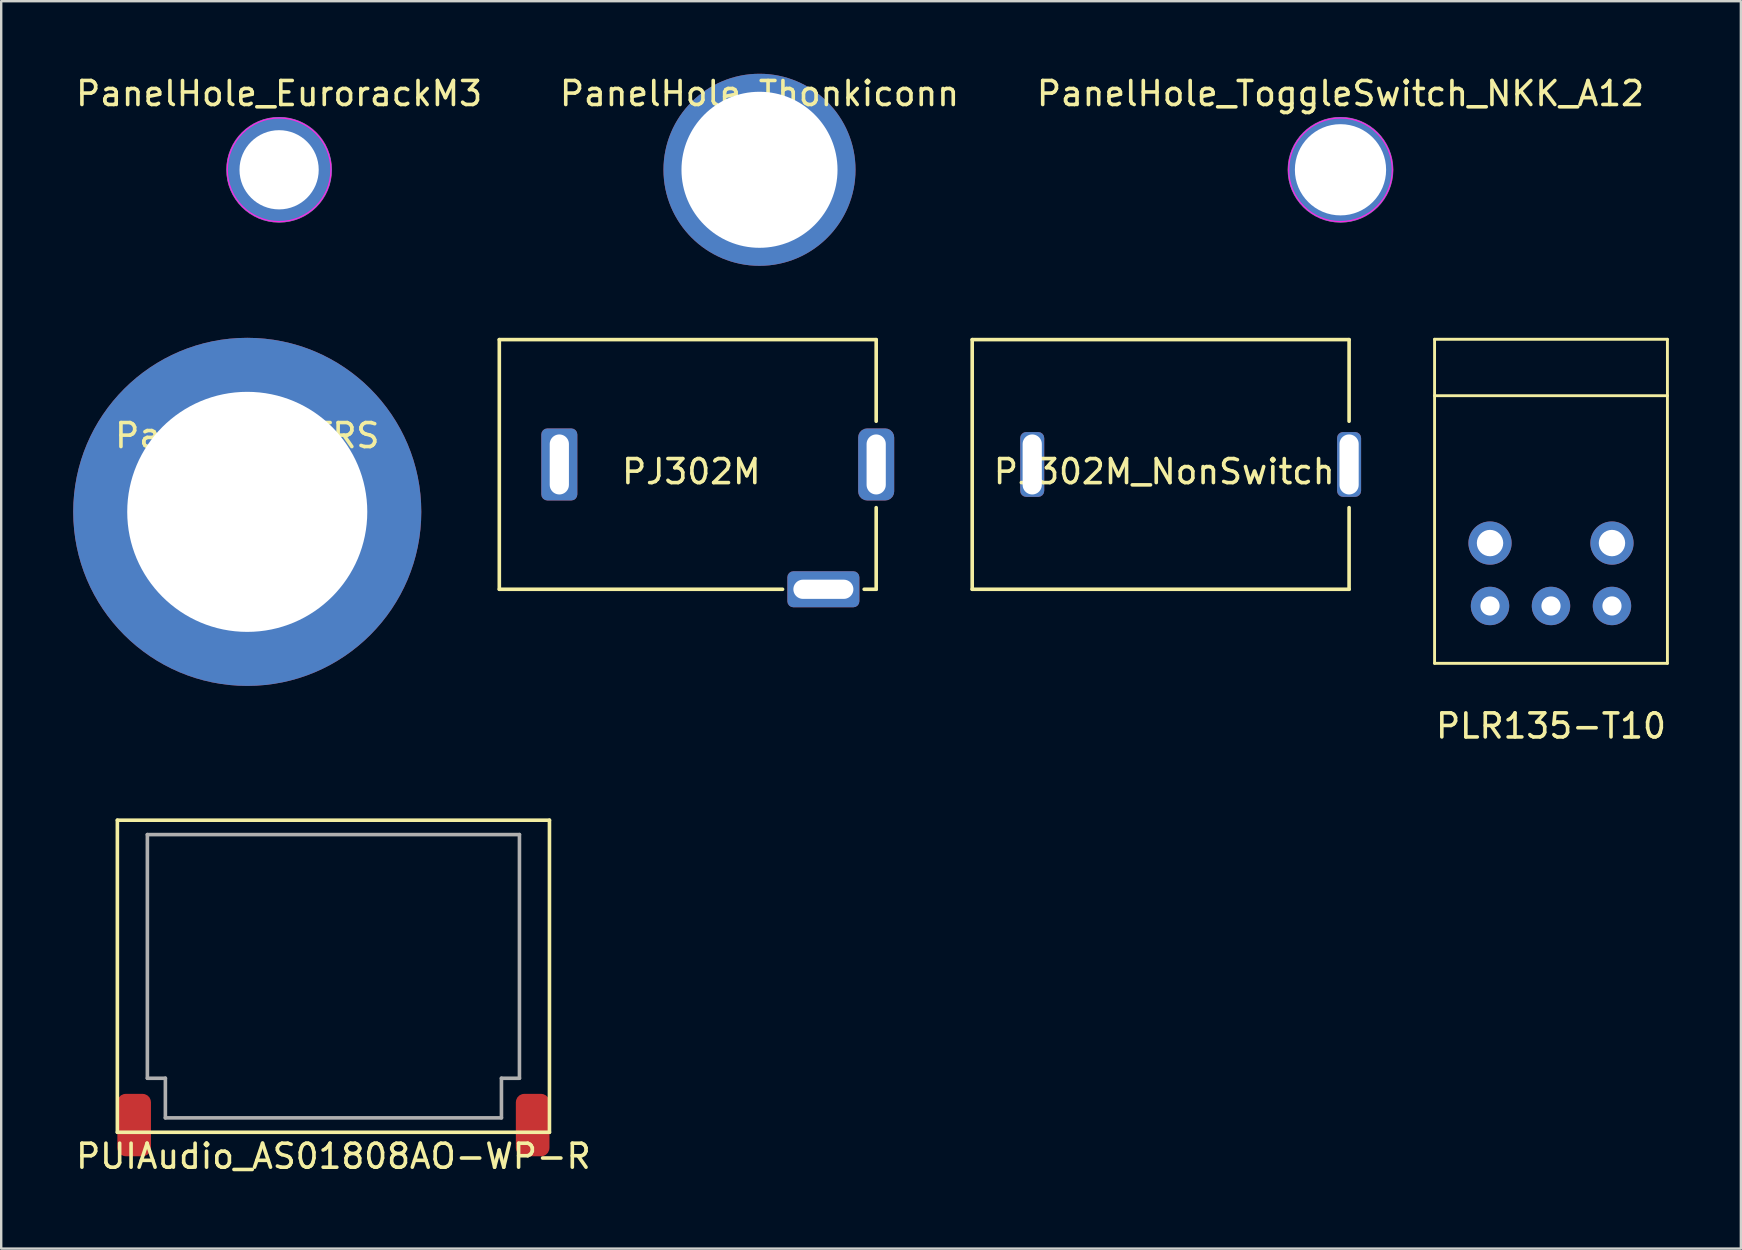
<source format=kicad_pcb>
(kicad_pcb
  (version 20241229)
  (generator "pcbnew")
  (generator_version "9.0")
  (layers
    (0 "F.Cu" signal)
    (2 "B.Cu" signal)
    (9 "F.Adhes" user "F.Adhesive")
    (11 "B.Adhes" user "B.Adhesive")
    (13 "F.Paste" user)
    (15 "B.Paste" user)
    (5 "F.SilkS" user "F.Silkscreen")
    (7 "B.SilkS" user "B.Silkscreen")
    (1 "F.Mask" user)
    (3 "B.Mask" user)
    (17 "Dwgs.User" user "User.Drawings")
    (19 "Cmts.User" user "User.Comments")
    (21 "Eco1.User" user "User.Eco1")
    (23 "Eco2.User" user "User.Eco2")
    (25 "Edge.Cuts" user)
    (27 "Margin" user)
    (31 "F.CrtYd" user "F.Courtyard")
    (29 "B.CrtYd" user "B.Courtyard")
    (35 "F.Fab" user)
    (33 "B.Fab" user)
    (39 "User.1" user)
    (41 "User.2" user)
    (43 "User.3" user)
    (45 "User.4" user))
  (footprint "PanelHole_ToggleSwitch_NKK_A12"
    (layer "F.Cu")
    (at 52.792 4.023)
    (property "Reference" "PanelHole_ToggleSwitch_NKK_A12" (at 0 -3.175 0) (layer "F.SilkS") (effects (font (size 1 1) (thickness 0.15))))
    (attr through_hole)
    (fp_circle (center 0 0) (end 2.159 0) (stroke (width 0.05) (type solid)) (fill no) (layer "F.CrtYd"))
    (pad "1" thru_hole circle (at 0 0) (size 4.4 4.4) (drill 3.8) (layers "*.Cu" "*.Mask")))
  (footprint "PJ302M_NonSwitch"
    (layer "F.Cu")
    (at 37.45 16.298)
    (property "Reference" "PJ302M_NonSwitch" (at 8 0.3 0) (layer "F.SilkS") (effects (font (size 1 1) (thickness 0.15))))
    (attr through_hole)
    (fp_line (start 0 -5.2) (end 0 5.2) (stroke (width 0.15) (type solid)) (layer "F.SilkS"))
    (fp_line (start 0 5.2) (end 15.7 5.2) (stroke (width 0.15) (type solid)) (layer "F.SilkS"))
    (fp_line (start 15.7 -5.2) (end 0 -5.2) (stroke (width 0.15) (type solid)) (layer "F.SilkS"))
    (fp_line (start 15.7 -1.8) (end 15.7 -5.2) (stroke (width 0.15) (type solid)) (layer "F.SilkS"))
    (fp_line (start 15.7 5.2) (end 15.7 1.8) (stroke (width 0.15) (type solid)) (layer "F.SilkS"))
    (pad "1" thru_hole roundrect (at 2.5 0) (size 1 2.7) (drill oval 0.8 2.5) (layers "*.Cu" "*.Mask") (roundrect_rratio 0.25))
    (pad "3" thru_hole roundrect (at 15.7 0) (size 1 2.7) (drill oval 0.8 2.5) (layers "*.Cu" "*.Mask") (roundrect_rratio 0.25)))
  (footprint "PJ302M"
    (layer "F.Cu")
    (at 17.75 16.298)
    (property "Reference" "PJ302M" (at 8 0.3 0) (layer "F.SilkS") (effects (font (size 1 1) (thickness 0.15))))
    (attr through_hole)
    (fp_line (start 0 -5.2) (end 0 5.2) (stroke (width 0.15) (type solid)) (layer "F.SilkS"))
    (fp_line (start 0 5.2) (end 11.8 5.2) (stroke (width 0.15) (type solid)) (layer "F.SilkS"))
    (fp_line (start 15.2 5.2) (end 15.7 5.2) (stroke (width 0.15) (type solid)) (layer "F.SilkS"))
    (fp_line (start 15.7 -5.2) (end 0 -5.2) (stroke (width 0.15) (type solid)) (layer "F.SilkS"))
    (fp_line (start 15.7 -1.8) (end 15.7 -5.2) (stroke (width 0.15) (type solid)) (layer "F.SilkS"))
    (fp_line (start 15.7 5.2) (end 15.7 1.8) (stroke (width 0.15) (type solid)) (layer "F.SilkS"))
    (pad "1" thru_hole roundrect (at 2.5 0) (size 1.5 3) (drill oval 0.8 2.5) (layers "*.Cu" "*.Mask") (roundrect_rratio 0.167))
    (pad "2" thru_hole roundrect (at 13.5 5.2 90) (size 1.5 3) (drill oval 0.8 2.5) (layers "*.Cu" "*.Mask") (roundrect_rratio 0.167))
    (pad "3" thru_hole roundrect (at 15.7 0) (size 1.5 3) (drill oval 0.8 2.5) (layers "*.Cu" "*.Mask") (roundrect_rratio 0.25)))
  (footprint "PanelHole_TRS"
    (layer "F.Cu")
    (at 7.25 18.273)
    (property "Reference" "PanelHole_TRS" (at 0 -3.175 0) (layer "F.SilkS") (effects (font (size 1 1) (thickness 0.15))))
    (attr through_hole)
    (fp_circle (center 0 0) (end 2.159 0) (stroke (width 0.05) (type solid)) (fill no) (layer "F.CrtYd"))
    (pad "1" thru_hole circle (at 0 0) (size 14.5 14.5) (drill 10) (layers "*.Cu" "*.Mask")))
  (footprint "PLR135-T10"
    (layer "F.Cu")
    (at 61.561 22.193)
    (property "Reference" "PLR135-T10" (at 0 5 0) (layer "F.SilkS") (effects (font (size 1 1) (thickness 0.15))))
    (attr through_hole)
    (fp_line (start -4.85 -11.11) (end -4.85 2.39) (stroke (width 0.12) (type solid)) (layer "F.SilkS"))
    (fp_line (start -4.85 -11.11) (end 4.85 -11.11) (stroke (width 0.12) (type solid)) (layer "F.SilkS"))
    (fp_line (start -4.85 -8.76) (end 4.85 -8.76) (stroke (width 0.12) (type solid)) (layer "F.SilkS"))
    (fp_line (start -4.85 2.39) (end 4.85 2.39) (stroke (width 0.12) (type solid)) (layer "F.SilkS"))
    (fp_line (start 4.85 -11.11) (end 4.85 2.39) (stroke (width 0.12) (type solid)) (layer "F.SilkS"))
    (pad "" np_thru_hole circle (at -2.54 -2.62) (size 1.8 1.8) (drill 1.1) (layers "*.Cu" "*.Mask"))
    (pad "" np_thru_hole circle (at 2.54 -2.62) (size 1.8 1.8) (drill 1.1) (layers "*.Cu" "*.Mask"))
    (pad "1" thru_hole circle (at 2.54 0) (size 1.6 1.6) (drill 0.8) (layers "*.Cu" "*.Mask"))
    (pad "2" thru_hole circle (at 0 0) (size 1.6 1.6) (drill 0.8) (layers "*.Cu" "*.Mask"))
    (pad "3" thru_hole circle (at -2.54 0) (size 1.6 1.6) (drill 0.8) (layers "*.Cu" "*.Mask")))
  (footprint "PUIAudio_AS01808AO-WP-R"
    (layer "F.Cu")
    (at 10.839 37.617)
    (property "Reference" "PUIAudio_AS01808AO-WP-R" (at 0 7.5 0) (layer "F.SilkS") (effects (font (size 1 1) (thickness 0.15))))
    (attr through_hole)
    (fp_line (start -9 -6.5) (end -9 6.5) (stroke (width 0.15) (type solid)) (layer "F.SilkS"))
    (fp_line (start -9 6.5) (end 9 6.5) (stroke (width 0.15) (type solid)) (layer "F.SilkS"))
    (fp_line (start 9 -6.5) (end -9 -6.5) (stroke (width 0.15) (type solid)) (layer "F.SilkS"))
    (fp_line (start 9 6.5) (end 9 -6.5) (stroke (width 0.15) (type solid)) (layer "F.SilkS"))
    (fp_line (start -7.75 -5.9) (end -7.75 4.25) (stroke (width 0.15) (type solid)) (layer "F.Fab"))
    (fp_line (start -7.75 -5.9) (end 7.75 -5.9) (stroke (width 0.15) (type solid)) (layer "F.Fab"))
    (fp_line (start -7.75 4.25) (end -7 4.25) (stroke (width 0.15) (type solid)) (layer "F.Fab"))
    (fp_line (start -7 4.25) (end -7 5.9) (stroke (width 0.15) (type solid)) (layer "F.Fab"))
    (fp_line (start -7 5.9) (end 7 5.9) (stroke (width 0.15) (type solid)) (layer "F.Fab"))
    (fp_line (start 7 4.25) (end 7.75 4.25) (stroke (width 0.15) (type solid)) (layer "F.Fab"))
    (fp_line (start 7 5.9) (end 7 4.25) (stroke (width 0.15) (type solid)) (layer "F.Fab"))
    (fp_line (start 7.75 4.25) (end 7.75 -5.9) (stroke (width 0.15) (type solid)) (layer "F.Fab"))
    (pad "1" smd roundrect (at -8.3 6.2) (size 1.4 2.6) (layers "F.Cu" "F.Mask" "F.Paste") (roundrect_rratio 0.25))
    (pad "2" smd roundrect (at 8.3 6.2) (size 1.4 2.6) (layers "F.Cu" "F.Mask" "F.Paste") (roundrect_rratio 0.25)))
  (footprint "PanelHole_EurorackM3"
    (layer "F.Cu")
    (at 8.577 4.023)
    (property "Reference" "PanelHole_EurorackM3" (at 0 -3.175 0) (layer "F.SilkS") (effects (font (size 1 1) (thickness 0.15))))
    (attr through_hole)
    (fp_circle (center 0 0) (end 2.159 0) (stroke (width 0.05) (type solid)) (fill no) (layer "F.CrtYd"))
    (pad "1" thru_hole circle (at 0 0) (size 4.4 4.4) (drill 3.3) (layers "*.Cu" "*.Mask")))
  (footprint "PanelHole_Thonkiconn"
    (layer "F.Cu")
    (at 28.589 4.023)
    (property "Reference" "PanelHole_Thonkiconn" (at 0 -3.175 0) (layer "F.SilkS") (effects (font (size 1 1) (thickness 0.15))))
    (attr through_hole)
    (fp_circle (center 0 0) (end 2.159 0) (stroke (width 0.05) (type solid)) (fill no) (layer "F.CrtYd"))
    (pad "1" thru_hole circle (at 0 0) (size 8 8) (drill 6.5) (layers "*.Cu" "*.Mask")))
  (gr_rect
    (start -3 -3)
    (end 69.471 48.965)
    (stroke (width 0.1) (type default))
    (fill no)
    (layer "Edge.Cuts")))
</source>
